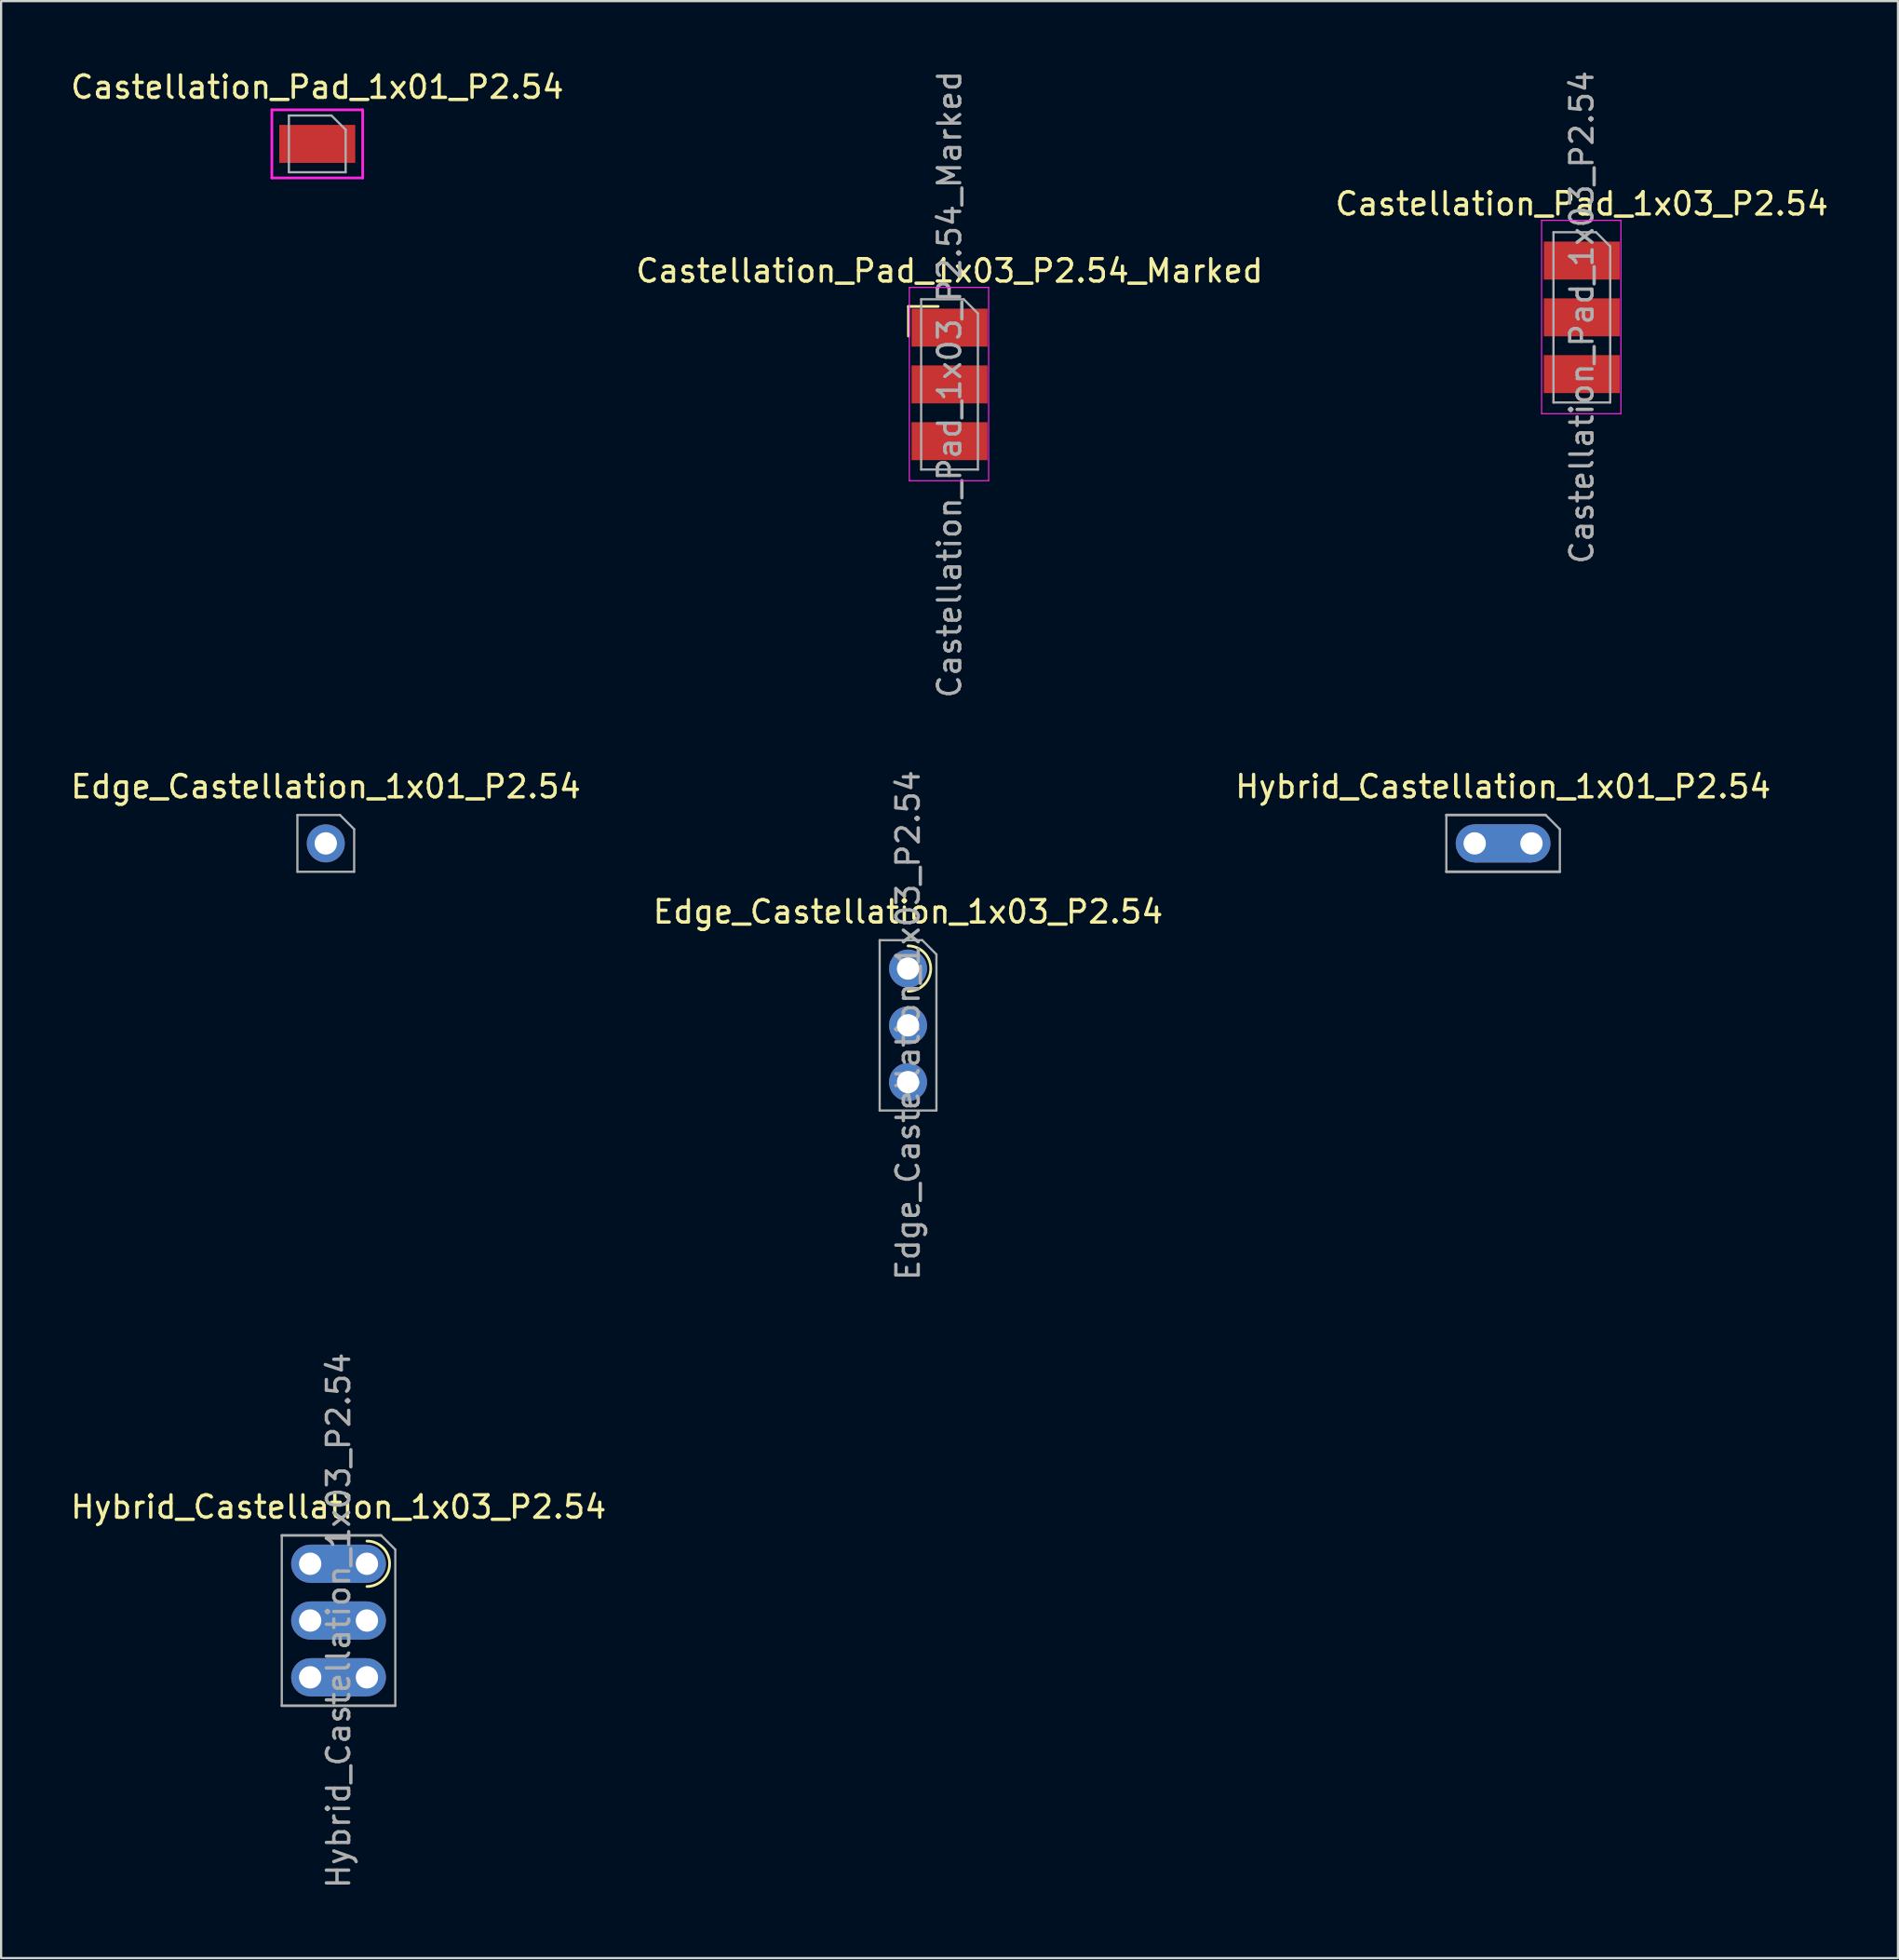
<source format=kicad_pcb>
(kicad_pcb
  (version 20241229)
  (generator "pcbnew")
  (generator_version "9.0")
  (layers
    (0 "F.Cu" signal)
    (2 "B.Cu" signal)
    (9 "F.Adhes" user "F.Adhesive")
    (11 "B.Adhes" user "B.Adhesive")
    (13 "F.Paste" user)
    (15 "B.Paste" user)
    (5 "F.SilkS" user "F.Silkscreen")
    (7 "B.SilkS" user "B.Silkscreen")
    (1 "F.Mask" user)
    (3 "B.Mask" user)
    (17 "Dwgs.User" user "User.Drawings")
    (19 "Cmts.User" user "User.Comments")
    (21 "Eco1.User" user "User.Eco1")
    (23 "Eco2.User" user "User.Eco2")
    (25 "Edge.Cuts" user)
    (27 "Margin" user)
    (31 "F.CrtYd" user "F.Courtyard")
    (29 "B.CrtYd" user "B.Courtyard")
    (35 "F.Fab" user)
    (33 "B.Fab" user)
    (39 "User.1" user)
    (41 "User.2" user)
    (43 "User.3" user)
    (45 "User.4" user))
  (footprint "Castellation_Pad_1x03_P2.54"
    (layer "F.Cu")
    (at 67.744 8.609)
    (property "Reference" "Castellation_Pad_1x03_P2.54" (at 0 -2.54 0) (layer "F.SilkS") (effects (font (size 1 1) (thickness 0.15))))
    (attr through_hole)
    (fp_line (start -1.8 -1.8) (end 1.75 -1.8) (stroke (width 0.05) (type solid)) (layer "F.CrtYd"))
    (fp_line (start -1.8 6.85) (end -1.8 -1.8) (stroke (width 0.05) (type solid)) (layer "F.CrtYd"))
    (fp_line (start 1.75 -1.8) (end 1.75 6.85) (stroke (width 0.05) (type solid)) (layer "F.CrtYd"))
    (fp_line (start 1.75 6.85) (end -1.8 6.85) (stroke (width 0.05) (type solid)) (layer "F.CrtYd"))
    (fp_line (start -1.27 -1.27) (end 0.635 -1.27) (stroke (width 0.1) (type solid)) (layer "F.Fab"))
    (fp_line (start -1.27 6.35) (end -1.27 -1.27) (stroke (width 0.1) (type solid)) (layer "F.Fab"))
    (fp_line (start 0.635 -1.27) (end 1.27 -0.635) (stroke (width 0.1) (type solid)) (layer "F.Fab"))
    (fp_line (start 1.27 -0.635) (end 1.27 6.35) (stroke (width 0.1) (type solid)) (layer "F.Fab"))
    (fp_line (start 1.27 6.35) (end -1.27 6.35) (stroke (width 0.1) (type solid)) (layer "F.Fab"))
    (fp_text user "${REFERENCE}" (at 0 2.54 90) (layer "F.Fab") (effects (font (size 1 1) (thickness 0.15))))
    (pad "1" smd rect (at 0 0) (size 3.4 1.7) (layers "F.Cu" "F.Mask" "F.Paste"))
    (pad "2" smd rect (at 0 2.54) (size 3.4 1.7) (layers "F.Cu" "F.Mask" "F.Paste"))
    (pad "3" smd rect (at 0 5.08) (size 3.4 1.7) (layers "F.Cu" "F.Mask" "F.Paste")))
  (footprint "Castellation_Pad_1x01_P2.54"
    (layer "F.Cu")
    (at 11.149 3.388)
    (property "Reference" "Castellation_Pad_1x01_P2.54" (at 0 -2.54 0) (layer "F.SilkS") (effects (font (size 1 1) (thickness 0.15))))
    (attr through_hole)
    (fp_line (start -2.032 -1.524) (end 2.032 -1.524) (stroke (width 0.12) (type solid)) (layer "F.CrtYd"))
    (fp_line (start -2.032 1.524) (end -2.032 -1.524) (stroke (width 0.12) (type solid)) (layer "F.CrtYd"))
    (fp_line (start 2.032 -1.524) (end 2.032 1.524) (stroke (width 0.12) (type solid)) (layer "F.CrtYd"))
    (fp_line (start 2.032 1.524) (end -2.032 1.524) (stroke (width 0.12) (type solid)) (layer "F.CrtYd"))
    (fp_line (start -1.27 -1.27) (end 0.635 -1.27) (stroke (width 0.1) (type solid)) (layer "F.Fab"))
    (fp_line (start -1.27 1.27) (end -1.27 -1.27) (stroke (width 0.1) (type solid)) (layer "F.Fab"))
    (fp_line (start 0.635 -1.27) (end 1.27 -0.635) (stroke (width 0.1) (type solid)) (layer "F.Fab"))
    (fp_line (start 1.27 -0.635) (end 1.27 1.27) (stroke (width 0.1) (type solid)) (layer "F.Fab"))
    (fp_line (start 1.27 1.27) (end -1.27 1.27) (stroke (width 0.1) (type solid)) (layer "F.Fab"))
    (pad "1" smd rect (at 0 0) (size 3.4 1.7) (layers "F.Cu" "F.Mask" "F.Paste")))
  (footprint "Hybrid_Castellation_1x03_P2.54"
    (layer "F.Cu")
    (at 12.101 66.918)
    (property "Reference" "Hybrid_Castellation_1x03_P2.54" (at 0 -2.54 0) (layer "F.SilkS") (effects (font (size 1 1) (thickness 0.15))))
    (attr through_hole)
    (fp_arc (start 1.27 -1.016) (mid 2.286 0) (end 1.27 1.016) (stroke (width 0.12) (type solid)) (layer "F.SilkS"))
    (fp_line (start -2.54 -1.27) (end 1.905 -1.27) (stroke (width 0.12) (type solid)) (layer "F.Fab"))
    (fp_line (start -2.54 6.35) (end -2.54 -1.27) (stroke (width 0.1) (type solid)) (layer "F.Fab"))
    (fp_line (start -2.54 6.35) (end 2.54 6.35) (stroke (width 0.12) (type solid)) (layer "F.Fab"))
    (fp_line (start 1.905 -1.27) (end 2.54 -0.635) (stroke (width 0.1) (type solid)) (layer "F.Fab"))
    (fp_line (start 2.54 -0.635) (end 2.54 6.35) (stroke (width 0.1) (type solid)) (layer "F.Fab"))
    (fp_text user "${REFERENCE}" (at 0 2.54 90) (layer "F.Fab") (effects (font (size 1 1) (thickness 0.15))))
    (pad "1" thru_hole oval (at -1.27 0) (size 1.7 1.7) (drill 1) (layers "*.Cu" "*.Mask"))
    (pad "1" connect custom (at 0 0) (size 2.54 1.714) (layers "F.Cu" "F.Mask") (options (anchor rect)) (primitives))
    (pad "1" connect custom (at 0 0) (size 2.54 1.714) (layers "B.Cu" "B.Mask") (options (anchor rect)) (primitives))
    (pad "1" thru_hole oval (at 1.27 0) (size 1.7 1.7) (drill 1) (layers "*.Cu" "*.Mask"))
    (pad "2" thru_hole oval (at -1.27 2.54) (size 1.7 1.7) (drill 1) (layers "*.Cu" "*.Mask"))
    (pad "2" connect custom (at 0 2.54) (size 2.54 1.714) (layers "F.Cu" "F.Mask") (options (anchor rect)) (primitives))
    (pad "2" connect custom (at 0 2.54) (size 2.54 1.714) (layers "B.Cu" "B.Mask") (options (anchor rect)) (primitives))
    (pad "2" thru_hole oval (at 1.27 2.54) (size 1.7 1.7) (drill 1) (layers "*.Cu" "*.Mask"))
    (pad "3" thru_hole oval (at -1.27 5.08) (size 1.7 1.7) (drill 1) (layers "*.Cu" "*.Mask"))
    (pad "3" connect custom (at 0 5.08) (size 2.54 1.714) (layers "F.Cu" "F.Mask") (options (anchor rect)) (primitives))
    (pad "3" connect custom (at 0 5.08) (size 2.54 1.714) (layers "B.Cu" "B.Mask") (options (anchor rect)) (primitives))
    (pad "3" thru_hole oval (at 1.27 5.08) (size 1.7 1.7) (drill 1) (layers "*.Cu" "*.Mask")))
  (footprint "Castellation_Pad_1x03_P2.54_Marked"
    (layer "F.Cu")
    (at 39.446 11.609)
    (property "Reference" "Castellation_Pad_1x03_P2.54_Marked" (at 0 -2.54 0) (layer "F.SilkS") (effects (font (size 1 1) (thickness 0.15))))
    (attr through_hole)
    (fp_line (start -1.838 -0.949) (end -0.508 -0.949) (stroke (width 0.12) (type solid)) (layer "F.SilkS"))
    (fp_line (start -1.838 0.381) (end -1.838 -0.949) (stroke (width 0.12) (type solid)) (layer "F.SilkS"))
    (fp_line (start -1.8 -1.8) (end 1.75 -1.8) (stroke (width 0.05) (type solid)) (layer "F.CrtYd"))
    (fp_line (start -1.8 6.85) (end -1.8 -1.8) (stroke (width 0.05) (type solid)) (layer "F.CrtYd"))
    (fp_line (start 1.75 -1.8) (end 1.75 6.85) (stroke (width 0.05) (type solid)) (layer "F.CrtYd"))
    (fp_line (start 1.75 6.85) (end -1.8 6.85) (stroke (width 0.05) (type solid)) (layer "F.CrtYd"))
    (fp_line (start -1.27 -1.27) (end 0.635 -1.27) (stroke (width 0.1) (type solid)) (layer "F.Fab"))
    (fp_line (start -1.27 6.35) (end -1.27 -1.27) (stroke (width 0.1) (type solid)) (layer "F.Fab"))
    (fp_line (start 0.635 -1.27) (end 1.27 -0.635) (stroke (width 0.1) (type solid)) (layer "F.Fab"))
    (fp_line (start 1.27 -0.635) (end 1.27 6.35) (stroke (width 0.1) (type solid)) (layer "F.Fab"))
    (fp_line (start 1.27 6.35) (end -1.27 6.35) (stroke (width 0.1) (type solid)) (layer "F.Fab"))
    (fp_text user "${REFERENCE}" (at 0 2.54 90) (layer "F.Fab") (effects (font (size 1 1) (thickness 0.15))))
    (pad "1" smd rect (at 0 0) (size 3.4 1.7) (layers "F.Cu" "F.Mask" "F.Paste"))
    (pad "2" smd rect (at 0 2.54) (size 3.4 1.7) (layers "F.Cu" "F.Mask" "F.Paste"))
    (pad "3" smd rect (at 0 5.08) (size 3.4 1.7) (layers "F.Cu" "F.Mask" "F.Paste")))
  (footprint "Edge_Castellation_1x01_P2.54"
    (layer "F.Cu")
    (at 11.53 34.686)
    (property "Reference" "Edge_Castellation_1x01_P2.54" (at 0 -2.54 0) (layer "F.SilkS") (effects (font (size 1 1) (thickness 0.15))))
    (attr through_hole)
    (fp_line (start -1.27 -1.27) (end 0.635 -1.27) (stroke (width 0.1) (type solid)) (layer "F.Fab"))
    (fp_line (start -1.27 1.27) (end -1.27 -1.27) (stroke (width 0.1) (type solid)) (layer "F.Fab"))
    (fp_line (start 0.635 -1.27) (end 1.27 -0.635) (stroke (width 0.1) (type solid)) (layer "F.Fab"))
    (fp_line (start 1.27 -0.635) (end 1.27 1.27) (stroke (width 0.1) (type solid)) (layer "F.Fab"))
    (fp_line (start 1.27 1.27) (end -1.27 1.27) (stroke (width 0.1) (type solid)) (layer "F.Fab"))
    (pad "1" thru_hole oval (at 0 0) (size 1.7 1.7) (drill 1) (layers "*.Cu" "*.Mask")))
  (footprint "Edge_Castellation_1x03_P2.54"
    (layer "F.Cu")
    (at 37.589 40.287)
    (property "Reference" "Edge_Castellation_1x03_P2.54" (at 0 -2.54 0) (layer "F.SilkS") (effects (font (size 1 1) (thickness 0.15))))
    (attr through_hole)
    (fp_arc (start 0 -1.016) (mid 1.016 0) (end 0 1.016) (stroke (width 0.12) (type solid)) (layer "F.SilkS"))
    (fp_line (start -1.27 -1.27) (end 0.635 -1.27) (stroke (width 0.1) (type solid)) (layer "F.Fab"))
    (fp_line (start -1.27 6.35) (end -1.27 -1.27) (stroke (width 0.1) (type solid)) (layer "F.Fab"))
    (fp_line (start 0.635 -1.27) (end 1.27 -0.635) (stroke (width 0.1) (type solid)) (layer "F.Fab"))
    (fp_line (start 1.27 -0.635) (end 1.27 6.35) (stroke (width 0.1) (type solid)) (layer "F.Fab"))
    (fp_line (start 1.27 6.35) (end -1.27 6.35) (stroke (width 0.1) (type solid)) (layer "F.Fab"))
    (fp_text user "${REFERENCE}" (at 0 2.54 90) (layer "F.Fab") (effects (font (size 1 1) (thickness 0.15))))
    (pad "1" thru_hole oval (at 0 0) (size 1.7 1.7) (drill 1) (layers "*.Cu" "*.Mask"))
    (pad "2" thru_hole oval (at 0 2.54) (size 1.7 1.7) (drill 1) (layers "*.Cu" "*.Mask"))
    (pad "3" thru_hole oval (at 0 5.08) (size 1.7 1.7) (drill 1) (layers "*.Cu" "*.Mask")))
  (footprint "Hybrid_Castellation_1x01_P2.54"
    (layer "F.Cu")
    (at 64.22 34.686)
    (property "Reference" "Hybrid_Castellation_1x01_P2.54" (at 0 -2.54 0) (layer "F.SilkS") (effects (font (size 1 1) (thickness 0.15))))
    (attr through_hole)
    (fp_line (start -2.54 1.27) (end -2.54 -1.27) (stroke (width 0.1) (type solid)) (layer "F.Fab"))
    (fp_line (start -2.54 1.27) (end 2.54 1.27) (stroke (width 0.12) (type solid)) (layer "F.Fab"))
    (fp_line (start 1.905 -1.27) (end -2.54 -1.27) (stroke (width 0.12) (type solid)) (layer "F.Fab"))
    (fp_line (start 1.905 -1.27) (end 2.54 -0.635) (stroke (width 0.1) (type solid)) (layer "F.Fab"))
    (fp_line (start 2.54 -0.635) (end 2.54 1.27) (stroke (width 0.1) (type solid)) (layer "F.Fab"))
    (pad "1" thru_hole oval (at -1.27 0) (size 1.7 1.7) (drill 1) (layers "*.Cu" "*.Mask"))
    (pad "1" connect custom (at 0 0) (size 2.54 1.714) (layers "F.Cu" "F.Mask") (options (anchor rect)) (primitives))
    (pad "1" connect custom (at 0 0) (size 2.54 1.714) (layers "B.Cu" "B.Mask") (options (anchor rect)) (primitives))
    (pad "1" thru_hole oval (at 1.27 0) (size 1.7 1.7) (drill 1) (layers "*.Cu" "*.Mask")))
  (gr_rect
    (start -3 -3)
    (end 81.893 84.56)
    (stroke (width 0.1) (type default))
    (fill no)
    (layer "Edge.Cuts")))
</source>
